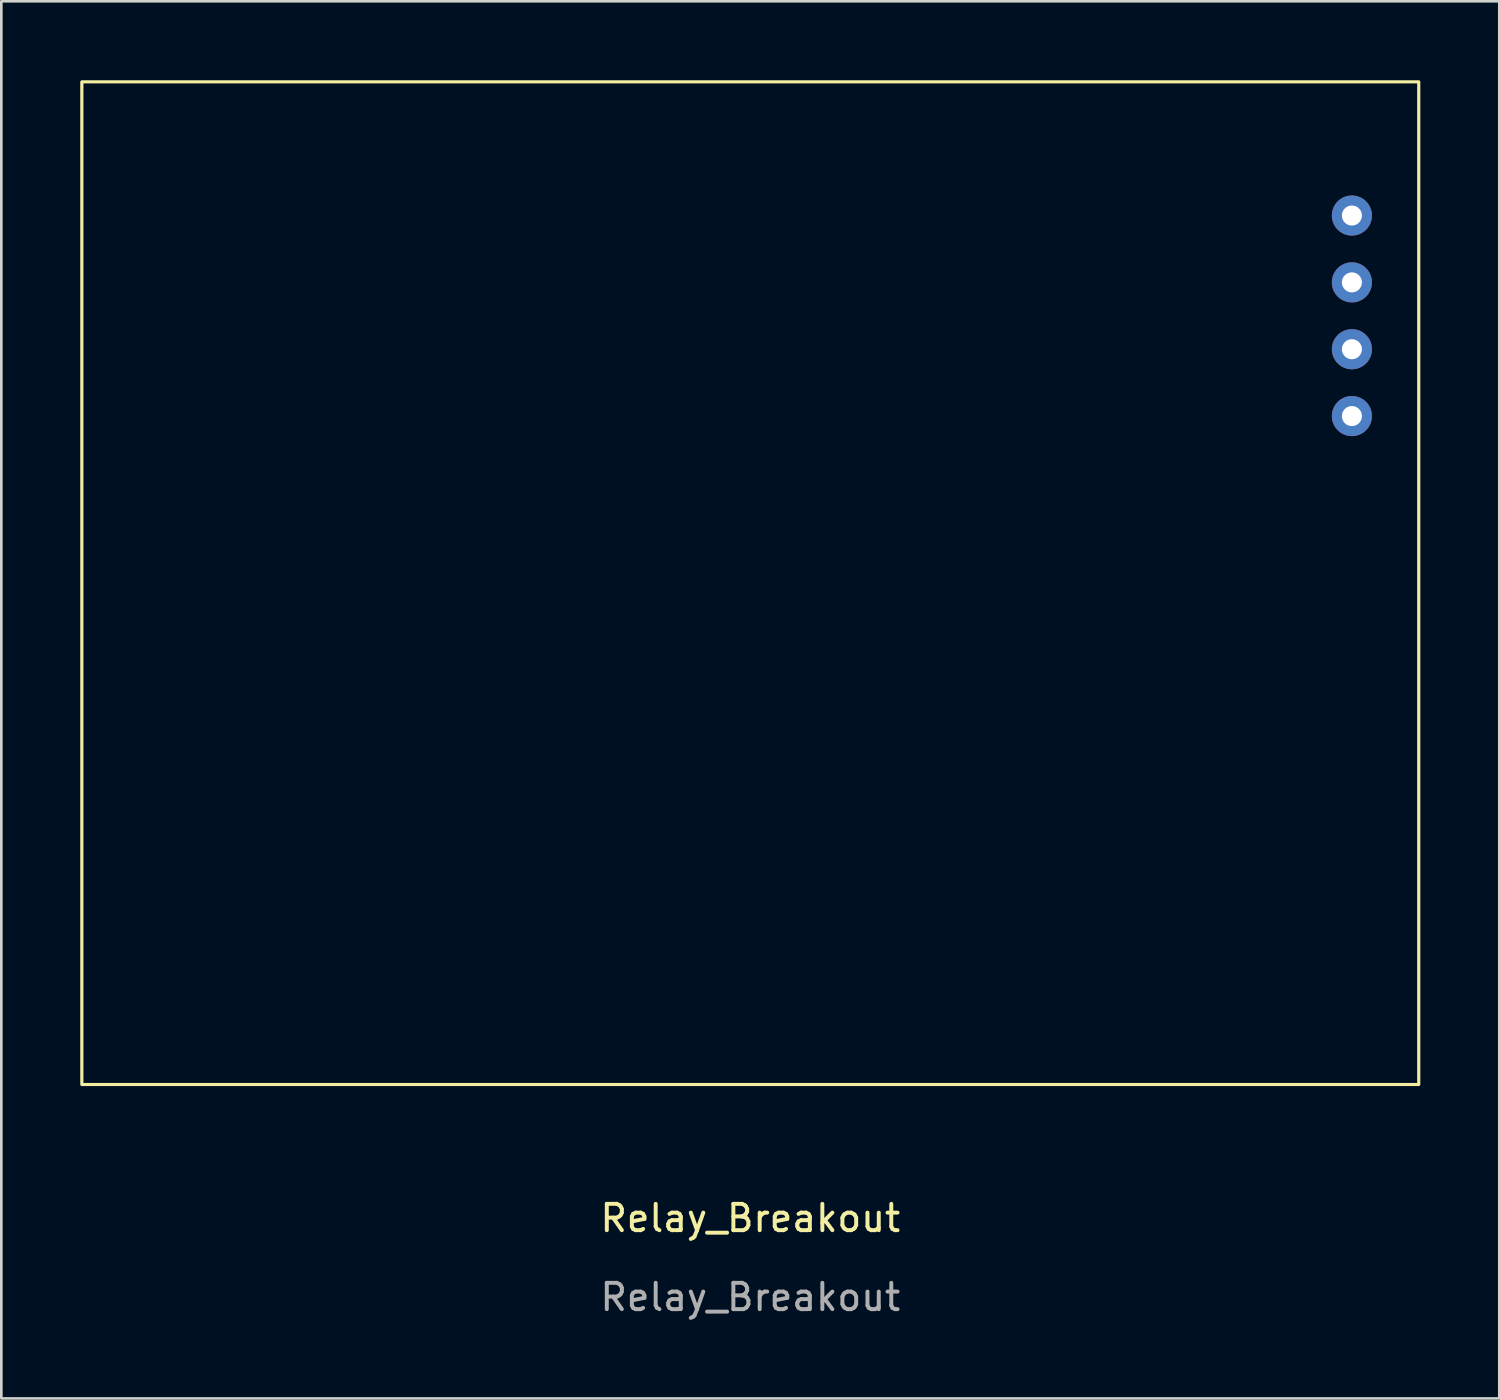
<source format=kicad_pcb>
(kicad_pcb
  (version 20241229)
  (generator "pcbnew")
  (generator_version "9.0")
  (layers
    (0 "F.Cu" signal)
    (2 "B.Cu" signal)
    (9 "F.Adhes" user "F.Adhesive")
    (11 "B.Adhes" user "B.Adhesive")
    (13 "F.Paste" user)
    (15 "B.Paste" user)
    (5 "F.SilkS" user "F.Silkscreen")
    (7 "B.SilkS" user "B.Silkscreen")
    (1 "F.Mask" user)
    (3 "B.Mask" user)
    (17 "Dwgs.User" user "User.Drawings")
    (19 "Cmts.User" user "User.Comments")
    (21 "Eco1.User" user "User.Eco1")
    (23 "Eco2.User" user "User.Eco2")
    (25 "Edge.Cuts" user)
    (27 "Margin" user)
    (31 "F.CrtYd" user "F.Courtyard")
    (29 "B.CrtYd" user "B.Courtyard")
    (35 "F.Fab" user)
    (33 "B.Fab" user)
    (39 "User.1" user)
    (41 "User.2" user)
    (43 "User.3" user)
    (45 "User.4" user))
  (footprint "Relay_Breakout"
    (layer "F.Cu")
    (at 25.46 17.84)
    (property "Reference" "Relay_Breakout" (at 0 25.4 0) (unlocked yes) (layer "F.SilkS") (effects (font (size 1 1) (thickness 0.15))))
    (attr through_hole)
    (fp_rect (start -25.4 -17.78) (end 25.4 20.32) (stroke (width 0.12) (type solid)) (fill no) (layer "F.SilkS"))
    (fp_text user "${REFERENCE}" (at 0 28.4 0) (unlocked yes) (layer "F.Fab") (effects (font (size 1 1) (thickness 0.15))))
    (pad "1" thru_hole circle (at 22.86 -12.7) (size 1.524 1.524) (drill 0.762) (layers "*.Cu" "*.Mask"))
    (pad "2" thru_hole circle (at 22.86 -10.16) (size 1.524 1.524) (drill 0.762) (layers "*.Cu" "*.Mask"))
    (pad "3" thru_hole circle (at 22.86 -7.62) (size 1.524 1.524) (drill 0.762) (layers "*.Cu" "*.Mask"))
    (pad "4" thru_hole circle (at 22.86 -5.08) (size 1.524 1.524) (drill 0.762) (layers "*.Cu" "*.Mask")))
  (gr_rect
    (start -3 -3)
    (end 53.92 50.088)
    (stroke (width 0.1) (type default))
    (fill no)
    (layer "Edge.Cuts")))
</source>
